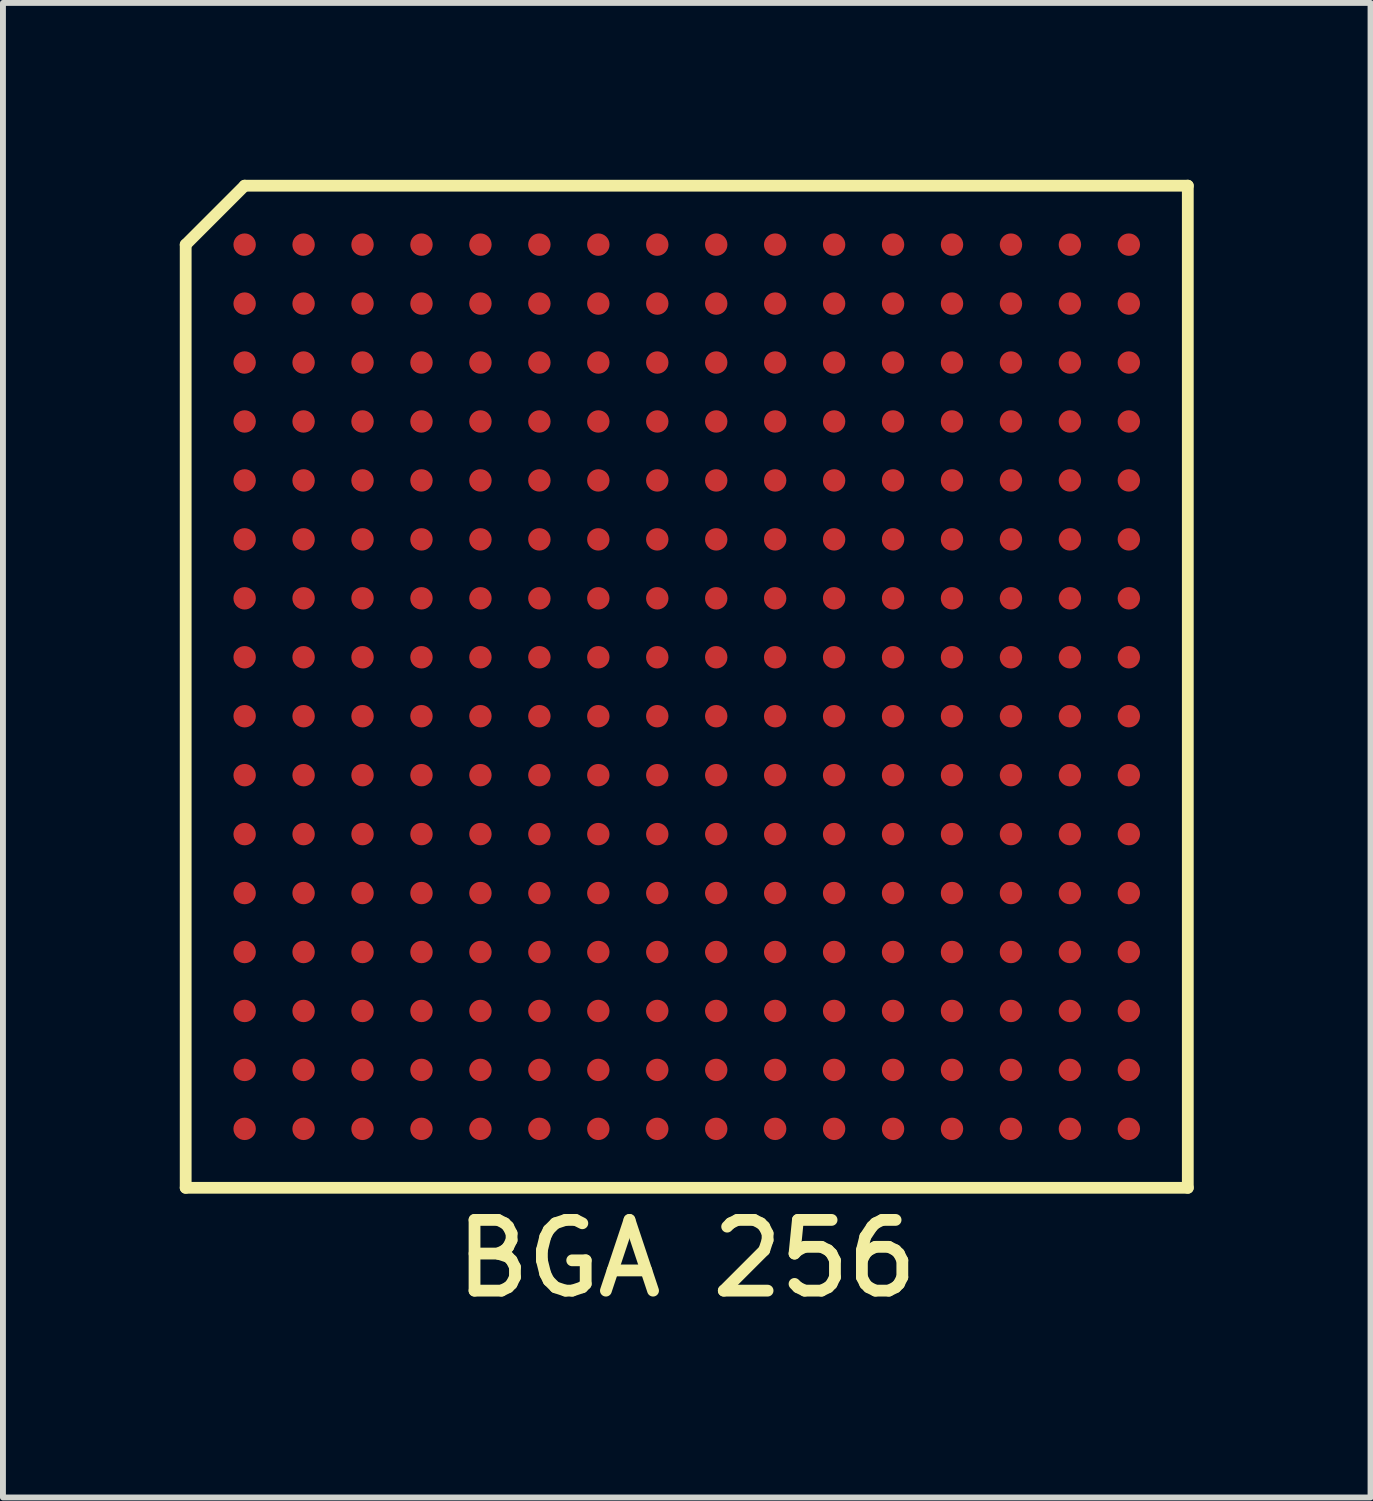
<source format=kicad_pcb>
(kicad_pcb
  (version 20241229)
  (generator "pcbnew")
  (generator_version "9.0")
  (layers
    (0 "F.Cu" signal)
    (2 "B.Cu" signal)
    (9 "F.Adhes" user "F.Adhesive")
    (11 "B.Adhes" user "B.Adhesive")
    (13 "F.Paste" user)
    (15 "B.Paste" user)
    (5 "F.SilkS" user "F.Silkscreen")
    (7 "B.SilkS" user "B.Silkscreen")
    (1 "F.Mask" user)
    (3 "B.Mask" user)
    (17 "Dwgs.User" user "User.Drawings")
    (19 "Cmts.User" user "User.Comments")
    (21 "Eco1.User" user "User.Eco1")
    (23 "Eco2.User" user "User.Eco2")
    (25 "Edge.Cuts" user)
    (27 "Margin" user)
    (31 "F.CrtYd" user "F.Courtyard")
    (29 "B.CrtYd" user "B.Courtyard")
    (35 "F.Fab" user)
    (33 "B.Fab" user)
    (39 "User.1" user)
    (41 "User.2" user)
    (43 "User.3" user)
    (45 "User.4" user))
  (footprint "BGA 256"
    (layer "F.Cu")
    (at 8.6 8.6)
    (property "Reference" "BGA 256" (at 0 9.7 0) (layer "F.SilkS") (effects (font (size 1.2 1.2) (thickness 0.2))))
    (attr through_hole)
    (fp_line (start -8.5 -7.5) (end -8.5 8.5) (stroke (width 0.2) (type solid)) (layer "F.SilkS"))
    (fp_line (start -8.5 8.5) (end 8.5 8.5) (stroke (width 0.2) (type solid)) (layer "F.SilkS"))
    (fp_line (start -7.5 -8.5) (end -8.5 -7.5) (stroke (width 0.2) (type solid)) (layer "F.SilkS"))
    (fp_line (start 8.5 -8.5) (end -7.5 -8.5) (stroke (width 0.2) (type solid)) (layer "F.SilkS"))
    (fp_line (start 8.5 8.5) (end 8.5 -8.5) (stroke (width 0.2) (type solid)) (layer "F.SilkS"))
    (pad "A1" smd circle (at -7.5 -7.5) (size 0.38 0.38) (layers "F.Cu" "F.Mask" "F.Paste"))
    (pad "A2" smd circle (at -6.5 -7.5) (size 0.38 0.38) (layers "F.Cu" "F.Mask" "F.Paste"))
    (pad "A3" smd circle (at -5.5 -7.5) (size 0.38 0.38) (layers "F.Cu" "F.Mask" "F.Paste"))
    (pad "A4" smd circle (at -4.5 -7.5) (size 0.38 0.38) (layers "F.Cu" "F.Mask" "F.Paste"))
    (pad "A5" smd circle (at -3.5 -7.5) (size 0.38 0.38) (layers "F.Cu" "F.Mask" "F.Paste"))
    (pad "A6" smd circle (at -2.5 -7.5) (size 0.38 0.38) (layers "F.Cu" "F.Mask" "F.Paste"))
    (pad "A7" smd circle (at -1.5 -7.5) (size 0.38 0.38) (layers "F.Cu" "F.Mask" "F.Paste"))
    (pad "A8" smd circle (at -0.5 -7.5) (size 0.38 0.38) (layers "F.Cu" "F.Mask" "F.Paste"))
    (pad "A9" smd circle (at 0.5 -7.5) (size 0.38 0.38) (layers "F.Cu" "F.Mask" "F.Paste"))
    (pad "A10" smd circle (at 1.5 -7.5) (size 0.38 0.38) (layers "F.Cu" "F.Mask" "F.Paste"))
    (pad "A11" smd circle (at 2.5 -7.5) (size 0.38 0.38) (layers "F.Cu" "F.Mask" "F.Paste"))
    (pad "A12" smd circle (at 3.5 -7.5) (size 0.38 0.38) (layers "F.Cu" "F.Mask" "F.Paste"))
    (pad "A13" smd circle (at 4.5 -7.5) (size 0.38 0.38) (layers "F.Cu" "F.Mask" "F.Paste"))
    (pad "A14" smd circle (at 5.5 -7.5) (size 0.38 0.38) (layers "F.Cu" "F.Mask" "F.Paste"))
    (pad "A15" smd circle (at 6.5 -7.5) (size 0.38 0.38) (layers "F.Cu" "F.Mask" "F.Paste"))
    (pad "A16" smd circle (at 7.5 -7.5) (size 0.38 0.38) (layers "F.Cu" "F.Mask" "F.Paste"))
    (pad "B1" smd circle (at -7.5 -6.5) (size 0.38 0.38) (layers "F.Cu" "F.Mask" "F.Paste"))
    (pad "B2" smd circle (at -6.5 -6.5) (size 0.38 0.38) (layers "F.Cu" "F.Mask" "F.Paste"))
    (pad "B3" smd circle (at -5.5 -6.5) (size 0.38 0.38) (layers "F.Cu" "F.Mask" "F.Paste"))
    (pad "B4" smd circle (at -4.5 -6.5) (size 0.38 0.38) (layers "F.Cu" "F.Mask" "F.Paste"))
    (pad "B5" smd circle (at -3.5 -6.5) (size 0.38 0.38) (layers "F.Cu" "F.Mask" "F.Paste"))
    (pad "B6" smd circle (at -2.5 -6.5) (size 0.38 0.38) (layers "F.Cu" "F.Mask" "F.Paste"))
    (pad "B7" smd circle (at -1.5 -6.5) (size 0.38 0.38) (layers "F.Cu" "F.Mask" "F.Paste"))
    (pad "B8" smd circle (at -0.5 -6.5) (size 0.38 0.38) (layers "F.Cu" "F.Mask" "F.Paste"))
    (pad "B9" smd circle (at 0.5 -6.5) (size 0.38 0.38) (layers "F.Cu" "F.Mask" "F.Paste"))
    (pad "B10" smd circle (at 1.5 -6.5) (size 0.38 0.38) (layers "F.Cu" "F.Mask" "F.Paste"))
    (pad "B11" smd circle (at 2.5 -6.5) (size 0.38 0.38) (layers "F.Cu" "F.Mask" "F.Paste"))
    (pad "B12" smd circle (at 3.5 -6.5) (size 0.38 0.38) (layers "F.Cu" "F.Mask" "F.Paste"))
    (pad "B13" smd circle (at 4.5 -6.5) (size 0.38 0.38) (layers "F.Cu" "F.Mask" "F.Paste"))
    (pad "B14" smd circle (at 5.5 -6.5) (size 0.38 0.38) (layers "F.Cu" "F.Mask" "F.Paste"))
    (pad "B15" smd circle (at 6.5 -6.5) (size 0.38 0.38) (layers "F.Cu" "F.Mask" "F.Paste"))
    (pad "B16" smd circle (at 7.5 -6.5) (size 0.38 0.38) (layers "F.Cu" "F.Mask" "F.Paste"))
    (pad "C1" smd circle (at -7.5 -5.5) (size 0.38 0.38) (layers "F.Cu" "F.Mask" "F.Paste"))
    (pad "C2" smd circle (at -6.5 -5.5) (size 0.38 0.38) (layers "F.Cu" "F.Mask" "F.Paste"))
    (pad "C3" smd circle (at -5.5 -5.5) (size 0.38 0.38) (layers "F.Cu" "F.Mask" "F.Paste"))
    (pad "C4" smd circle (at -4.5 -5.5) (size 0.38 0.38) (layers "F.Cu" "F.Mask" "F.Paste"))
    (pad "C5" smd circle (at -3.5 -5.5) (size 0.38 0.38) (layers "F.Cu" "F.Mask" "F.Paste"))
    (pad "C6" smd circle (at -2.5 -5.5) (size 0.38 0.38) (layers "F.Cu" "F.Mask" "F.Paste"))
    (pad "C7" smd circle (at -1.5 -5.5) (size 0.38 0.38) (layers "F.Cu" "F.Mask" "F.Paste"))
    (pad "C8" smd circle (at -0.5 -5.5) (size 0.38 0.38) (layers "F.Cu" "F.Mask" "F.Paste"))
    (pad "C9" smd circle (at 0.5 -5.5) (size 0.38 0.38) (layers "F.Cu" "F.Mask" "F.Paste"))
    (pad "C10" smd circle (at 1.5 -5.5) (size 0.38 0.38) (layers "F.Cu" "F.Mask" "F.Paste"))
    (pad "C11" smd circle (at 2.5 -5.5) (size 0.38 0.38) (layers "F.Cu" "F.Mask" "F.Paste"))
    (pad "C12" smd circle (at 3.5 -5.5) (size 0.38 0.38) (layers "F.Cu" "F.Mask" "F.Paste"))
    (pad "C13" smd circle (at 4.5 -5.5) (size 0.38 0.38) (layers "F.Cu" "F.Mask" "F.Paste"))
    (pad "C14" smd circle (at 5.5 -5.5) (size 0.38 0.38) (layers "F.Cu" "F.Mask" "F.Paste"))
    (pad "C15" smd circle (at 6.5 -5.5) (size 0.38 0.38) (layers "F.Cu" "F.Mask" "F.Paste"))
    (pad "C16" smd circle (at 7.5 -5.5) (size 0.38 0.38) (layers "F.Cu" "F.Mask" "F.Paste"))
    (pad "D1" smd circle (at -7.5 -4.5) (size 0.38 0.38) (layers "F.Cu" "F.Mask" "F.Paste"))
    (pad "D2" smd circle (at -6.5 -4.5) (size 0.38 0.38) (layers "F.Cu" "F.Mask" "F.Paste"))
    (pad "D3" smd circle (at -5.5 -4.5) (size 0.38 0.38) (layers "F.Cu" "F.Mask" "F.Paste"))
    (pad "D4" smd circle (at -4.5 -4.5) (size 0.38 0.38) (layers "F.Cu" "F.Mask" "F.Paste"))
    (pad "D5" smd circle (at -3.5 -4.5) (size 0.38 0.38) (layers "F.Cu" "F.Mask" "F.Paste"))
    (pad "D6" smd circle (at -2.5 -4.5) (size 0.38 0.38) (layers "F.Cu" "F.Mask" "F.Paste"))
    (pad "D7" smd circle (at -1.5 -4.5) (size 0.38 0.38) (layers "F.Cu" "F.Mask" "F.Paste"))
    (pad "D8" smd circle (at -0.5 -4.5) (size 0.38 0.38) (layers "F.Cu" "F.Mask" "F.Paste"))
    (pad "D9" smd circle (at 0.5 -4.5) (size 0.38 0.38) (layers "F.Cu" "F.Mask" "F.Paste"))
    (pad "D10" smd circle (at 1.5 -4.5) (size 0.38 0.38) (layers "F.Cu" "F.Mask" "F.Paste"))
    (pad "D11" smd circle (at 2.5 -4.5) (size 0.38 0.38) (layers "F.Cu" "F.Mask" "F.Paste"))
    (pad "D12" smd circle (at 3.5 -4.5) (size 0.38 0.38) (layers "F.Cu" "F.Mask" "F.Paste"))
    (pad "D13" smd circle (at 4.5 -4.5) (size 0.38 0.38) (layers "F.Cu" "F.Mask" "F.Paste"))
    (pad "D14" smd circle (at 5.5 -4.5) (size 0.38 0.38) (layers "F.Cu" "F.Mask" "F.Paste"))
    (pad "D15" smd circle (at 6.5 -4.5) (size 0.38 0.38) (layers "F.Cu" "F.Mask" "F.Paste"))
    (pad "D16" smd circle (at 7.5 -4.5) (size 0.38 0.38) (layers "F.Cu" "F.Mask" "F.Paste"))
    (pad "E1" smd circle (at -7.5 -3.5) (size 0.38 0.38) (layers "F.Cu" "F.Mask" "F.Paste"))
    (pad "E2" smd circle (at -6.5 -3.5) (size 0.38 0.38) (layers "F.Cu" "F.Mask" "F.Paste"))
    (pad "E3" smd circle (at -5.5 -3.5) (size 0.38 0.38) (layers "F.Cu" "F.Mask" "F.Paste"))
    (pad "E4" smd circle (at -4.5 -3.5) (size 0.38 0.38) (layers "F.Cu" "F.Mask" "F.Paste"))
    (pad "E5" smd circle (at -3.5 -3.5) (size 0.38 0.38) (layers "F.Cu" "F.Mask" "F.Paste"))
    (pad "E6" smd circle (at -2.5 -3.5) (size 0.38 0.38) (layers "F.Cu" "F.Mask" "F.Paste"))
    (pad "E7" smd circle (at -1.5 -3.5) (size 0.38 0.38) (layers "F.Cu" "F.Mask" "F.Paste"))
    (pad "E8" smd circle (at -0.5 -3.5) (size 0.38 0.38) (layers "F.Cu" "F.Mask" "F.Paste"))
    (pad "E9" smd circle (at 0.5 -3.5) (size 0.38 0.38) (layers "F.Cu" "F.Mask" "F.Paste"))
    (pad "E10" smd circle (at 1.5 -3.5) (size 0.38 0.38) (layers "F.Cu" "F.Mask" "F.Paste"))
    (pad "E11" smd circle (at 2.5 -3.5) (size 0.38 0.38) (layers "F.Cu" "F.Mask" "F.Paste"))
    (pad "E12" smd circle (at 3.5 -3.5) (size 0.38 0.38) (layers "F.Cu" "F.Mask" "F.Paste"))
    (pad "E13" smd circle (at 4.5 -3.5) (size 0.38 0.38) (layers "F.Cu" "F.Mask" "F.Paste"))
    (pad "E14" smd circle (at 5.5 -3.5) (size 0.38 0.38) (layers "F.Cu" "F.Mask" "F.Paste"))
    (pad "E15" smd circle (at 6.5 -3.5) (size 0.38 0.38) (layers "F.Cu" "F.Mask" "F.Paste"))
    (pad "E16" smd circle (at 7.5 -3.5) (size 0.38 0.38) (layers "F.Cu" "F.Mask" "F.Paste"))
    (pad "F1" smd circle (at -7.5 -2.5) (size 0.38 0.38) (layers "F.Cu" "F.Mask" "F.Paste"))
    (pad "F2" smd circle (at -6.5 -2.5) (size 0.38 0.38) (layers "F.Cu" "F.Mask" "F.Paste"))
    (pad "F3" smd circle (at -5.5 -2.5) (size 0.38 0.38) (layers "F.Cu" "F.Mask" "F.Paste"))
    (pad "F4" smd circle (at -4.5 -2.5) (size 0.38 0.38) (layers "F.Cu" "F.Mask" "F.Paste"))
    (pad "F5" smd circle (at -3.5 -2.5) (size 0.38 0.38) (layers "F.Cu" "F.Mask" "F.Paste"))
    (pad "F6" smd circle (at -2.5 -2.5) (size 0.38 0.38) (layers "F.Cu" "F.Mask" "F.Paste"))
    (pad "F7" smd circle (at -1.5 -2.5) (size 0.38 0.38) (layers "F.Cu" "F.Mask" "F.Paste"))
    (pad "F8" smd circle (at -0.5 -2.5) (size 0.38 0.38) (layers "F.Cu" "F.Mask" "F.Paste"))
    (pad "F9" smd circle (at 0.5 -2.5) (size 0.38 0.38) (layers "F.Cu" "F.Mask" "F.Paste"))
    (pad "F10" smd circle (at 1.5 -2.5) (size 0.38 0.38) (layers "F.Cu" "F.Mask" "F.Paste"))
    (pad "F11" smd circle (at 2.5 -2.5) (size 0.38 0.38) (layers "F.Cu" "F.Mask" "F.Paste"))
    (pad "F12" smd circle (at 3.5 -2.5) (size 0.38 0.38) (layers "F.Cu" "F.Mask" "F.Paste"))
    (pad "F13" smd circle (at 4.5 -2.5) (size 0.38 0.38) (layers "F.Cu" "F.Mask" "F.Paste"))
    (pad "F14" smd circle (at 5.5 -2.5) (size 0.38 0.38) (layers "F.Cu" "F.Mask" "F.Paste"))
    (pad "F15" smd circle (at 6.5 -2.5) (size 0.38 0.38) (layers "F.Cu" "F.Mask" "F.Paste"))
    (pad "F16" smd circle (at 7.5 -2.5) (size 0.38 0.38) (layers "F.Cu" "F.Mask" "F.Paste"))
    (pad "G1" smd circle (at -7.5 -1.5) (size 0.38 0.38) (layers "F.Cu" "F.Mask" "F.Paste"))
    (pad "G2" smd circle (at -6.5 -1.5) (size 0.38 0.38) (layers "F.Cu" "F.Mask" "F.Paste"))
    (pad "G3" smd circle (at -5.5 -1.5) (size 0.38 0.38) (layers "F.Cu" "F.Mask" "F.Paste"))
    (pad "G4" smd circle (at -4.5 -1.5) (size 0.38 0.38) (layers "F.Cu" "F.Mask" "F.Paste"))
    (pad "G5" smd circle (at -3.5 -1.5) (size 0.38 0.38) (layers "F.Cu" "F.Mask" "F.Paste"))
    (pad "G6" smd circle (at -2.5 -1.5) (size 0.38 0.38) (layers "F.Cu" "F.Mask" "F.Paste"))
    (pad "G7" smd circle (at -1.5 -1.5) (size 0.38 0.38) (layers "F.Cu" "F.Mask" "F.Paste"))
    (pad "G8" smd circle (at -0.5 -1.5) (size 0.38 0.38) (layers "F.Cu" "F.Mask" "F.Paste"))
    (pad "G9" smd circle (at 0.5 -1.5) (size 0.38 0.38) (layers "F.Cu" "F.Mask" "F.Paste"))
    (pad "G10" smd circle (at 1.5 -1.5) (size 0.38 0.38) (layers "F.Cu" "F.Mask" "F.Paste"))
    (pad "G11" smd circle (at 2.5 -1.5) (size 0.38 0.38) (layers "F.Cu" "F.Mask" "F.Paste"))
    (pad "G12" smd circle (at 3.5 -1.5) (size 0.38 0.38) (layers "F.Cu" "F.Mask" "F.Paste"))
    (pad "G13" smd circle (at 4.5 -1.5) (size 0.38 0.38) (layers "F.Cu" "F.Mask" "F.Paste"))
    (pad "G14" smd circle (at 5.5 -1.5) (size 0.38 0.38) (layers "F.Cu" "F.Mask" "F.Paste"))
    (pad "G15" smd circle (at 6.5 -1.5) (size 0.38 0.38) (layers "F.Cu" "F.Mask" "F.Paste"))
    (pad "G16" smd circle (at 7.5 -1.5) (size 0.38 0.38) (layers "F.Cu" "F.Mask" "F.Paste"))
    (pad "H1" smd circle (at -7.5 -0.5) (size 0.38 0.38) (layers "F.Cu" "F.Mask" "F.Paste"))
    (pad "H2" smd circle (at -6.5 -0.5) (size 0.38 0.38) (layers "F.Cu" "F.Mask" "F.Paste"))
    (pad "H3" smd circle (at -5.5 -0.5) (size 0.38 0.38) (layers "F.Cu" "F.Mask" "F.Paste"))
    (pad "H4" smd circle (at -4.5 -0.5) (size 0.38 0.38) (layers "F.Cu" "F.Mask" "F.Paste"))
    (pad "H5" smd circle (at -3.5 -0.5) (size 0.38 0.38) (layers "F.Cu" "F.Mask" "F.Paste"))
    (pad "H6" smd circle (at -2.5 -0.5) (size 0.38 0.38) (layers "F.Cu" "F.Mask" "F.Paste"))
    (pad "H7" smd circle (at -1.5 -0.5) (size 0.38 0.38) (layers "F.Cu" "F.Mask" "F.Paste"))
    (pad "H8" smd circle (at -0.5 -0.5) (size 0.38 0.38) (layers "F.Cu" "F.Mask" "F.Paste"))
    (pad "H9" smd circle (at 0.5 -0.5) (size 0.38 0.38) (layers "F.Cu" "F.Mask" "F.Paste"))
    (pad "H10" smd circle (at 1.5 -0.5) (size 0.38 0.38) (layers "F.Cu" "F.Mask" "F.Paste"))
    (pad "H11" smd circle (at 2.5 -0.5) (size 0.38 0.38) (layers "F.Cu" "F.Mask" "F.Paste"))
    (pad "H12" smd circle (at 3.5 -0.5) (size 0.38 0.38) (layers "F.Cu" "F.Mask" "F.Paste"))
    (pad "H13" smd circle (at 4.5 -0.5) (size 0.38 0.38) (layers "F.Cu" "F.Mask" "F.Paste"))
    (pad "H14" smd circle (at 5.5 -0.5) (size 0.38 0.38) (layers "F.Cu" "F.Mask" "F.Paste"))
    (pad "H15" smd circle (at 6.5 -0.5) (size 0.38 0.38) (layers "F.Cu" "F.Mask" "F.Paste"))
    (pad "H16" smd circle (at 7.5 -0.5) (size 0.38 0.38) (layers "F.Cu" "F.Mask" "F.Paste"))
    (pad "J1" smd circle (at -7.5 0.5) (size 0.38 0.38) (layers "F.Cu" "F.Mask" "F.Paste"))
    (pad "J2" smd circle (at -6.5 0.5) (size 0.38 0.38) (layers "F.Cu" "F.Mask" "F.Paste"))
    (pad "J3" smd circle (at -5.5 0.5) (size 0.38 0.38) (layers "F.Cu" "F.Mask" "F.Paste"))
    (pad "J4" smd circle (at -4.5 0.5) (size 0.38 0.38) (layers "F.Cu" "F.Mask" "F.Paste"))
    (pad "J5" smd circle (at -3.5 0.5) (size 0.38 0.38) (layers "F.Cu" "F.Mask" "F.Paste"))
    (pad "J6" smd circle (at -2.5 0.5) (size 0.38 0.38) (layers "F.Cu" "F.Mask" "F.Paste"))
    (pad "J7" smd circle (at -1.5 0.5) (size 0.38 0.38) (layers "F.Cu" "F.Mask" "F.Paste"))
    (pad "J8" smd circle (at -0.5 0.5) (size 0.38 0.38) (layers "F.Cu" "F.Mask" "F.Paste"))
    (pad "J9" smd circle (at 0.5 0.5) (size 0.38 0.38) (layers "F.Cu" "F.Mask" "F.Paste"))
    (pad "J10" smd circle (at 1.5 0.5) (size 0.38 0.38) (layers "F.Cu" "F.Mask" "F.Paste"))
    (pad "J11" smd circle (at 2.5 0.5) (size 0.38 0.38) (layers "F.Cu" "F.Mask" "F.Paste"))
    (pad "J12" smd circle (at 3.5 0.5) (size 0.38 0.38) (layers "F.Cu" "F.Mask" "F.Paste"))
    (pad "J13" smd circle (at 4.5 0.5) (size 0.38 0.38) (layers "F.Cu" "F.Mask" "F.Paste"))
    (pad "J14" smd circle (at 5.5 0.5) (size 0.38 0.38) (layers "F.Cu" "F.Mask" "F.Paste"))
    (pad "J15" smd circle (at 6.5 0.5) (size 0.38 0.38) (layers "F.Cu" "F.Mask" "F.Paste"))
    (pad "J16" smd circle (at 7.5 0.5) (size 0.38 0.38) (layers "F.Cu" "F.Mask" "F.Paste"))
    (pad "K1" smd circle (at -7.5 1.5) (size 0.38 0.38) (layers "F.Cu" "F.Mask" "F.Paste"))
    (pad "K2" smd circle (at -6.5 1.5) (size 0.38 0.38) (layers "F.Cu" "F.Mask" "F.Paste"))
    (pad "K3" smd circle (at -5.5 1.5) (size 0.38 0.38) (layers "F.Cu" "F.Mask" "F.Paste"))
    (pad "K4" smd circle (at -4.5 1.5) (size 0.38 0.38) (layers "F.Cu" "F.Mask" "F.Paste"))
    (pad "K5" smd circle (at -3.5 1.5) (size 0.38 0.38) (layers "F.Cu" "F.Mask" "F.Paste"))
    (pad "K6" smd circle (at -2.5 1.5) (size 0.38 0.38) (layers "F.Cu" "F.Mask" "F.Paste"))
    (pad "K7" smd circle (at -1.5 1.5) (size 0.38 0.38) (layers "F.Cu" "F.Mask" "F.Paste"))
    (pad "K8" smd circle (at -0.5 1.5) (size 0.38 0.38) (layers "F.Cu" "F.Mask" "F.Paste"))
    (pad "K9" smd circle (at 0.5 1.5) (size 0.38 0.38) (layers "F.Cu" "F.Mask" "F.Paste"))
    (pad "K10" smd circle (at 1.5 1.5) (size 0.38 0.38) (layers "F.Cu" "F.Mask" "F.Paste"))
    (pad "K11" smd circle (at 2.5 1.5) (size 0.38 0.38) (layers "F.Cu" "F.Mask" "F.Paste"))
    (pad "K12" smd circle (at 3.5 1.5) (size 0.38 0.38) (layers "F.Cu" "F.Mask" "F.Paste"))
    (pad "K13" smd circle (at 4.5 1.5) (size 0.38 0.38) (layers "F.Cu" "F.Mask" "F.Paste"))
    (pad "K14" smd circle (at 5.5 1.5) (size 0.38 0.38) (layers "F.Cu" "F.Mask" "F.Paste"))
    (pad "K15" smd circle (at 6.5 1.5) (size 0.38 0.38) (layers "F.Cu" "F.Mask" "F.Paste"))
    (pad "K16" smd circle (at 7.5 1.5) (size 0.38 0.38) (layers "F.Cu" "F.Mask" "F.Paste"))
    (pad "L1" smd circle (at -7.5 2.5) (size 0.38 0.38) (layers "F.Cu" "F.Mask" "F.Paste"))
    (pad "L2" smd circle (at -6.5 2.5) (size 0.38 0.38) (layers "F.Cu" "F.Mask" "F.Paste"))
    (pad "L3" smd circle (at -5.5 2.5) (size 0.38 0.38) (layers "F.Cu" "F.Mask" "F.Paste"))
    (pad "L4" smd circle (at -4.5 2.5) (size 0.38 0.38) (layers "F.Cu" "F.Mask" "F.Paste"))
    (pad "L5" smd circle (at -3.5 2.5) (size 0.38 0.38) (layers "F.Cu" "F.Mask" "F.Paste"))
    (pad "L6" smd circle (at -2.5 2.5) (size 0.38 0.38) (layers "F.Cu" "F.Mask" "F.Paste"))
    (pad "L7" smd circle (at -1.5 2.5) (size 0.38 0.38) (layers "F.Cu" "F.Mask" "F.Paste"))
    (pad "L8" smd circle (at -0.5 2.5) (size 0.38 0.38) (layers "F.Cu" "F.Mask" "F.Paste"))
    (pad "L9" smd circle (at 0.5 2.5) (size 0.38 0.38) (layers "F.Cu" "F.Mask" "F.Paste"))
    (pad "L10" smd circle (at 1.5 2.5) (size 0.38 0.38) (layers "F.Cu" "F.Mask" "F.Paste"))
    (pad "L11" smd circle (at 2.5 2.5) (size 0.38 0.38) (layers "F.Cu" "F.Mask" "F.Paste"))
    (pad "L12" smd circle (at 3.5 2.5) (size 0.38 0.38) (layers "F.Cu" "F.Mask" "F.Paste"))
    (pad "L13" smd circle (at 4.5 2.5) (size 0.38 0.38) (layers "F.Cu" "F.Mask" "F.Paste"))
    (pad "L14" smd circle (at 5.5 2.5) (size 0.38 0.38) (layers "F.Cu" "F.Mask" "F.Paste"))
    (pad "L15" smd circle (at 6.5 2.5) (size 0.38 0.38) (layers "F.Cu" "F.Mask" "F.Paste"))
    (pad "L16" smd circle (at 7.5 2.5) (size 0.38 0.38) (layers "F.Cu" "F.Mask" "F.Paste"))
    (pad "M1" smd circle (at -7.5 3.5) (size 0.38 0.38) (layers "F.Cu" "F.Mask" "F.Paste"))
    (pad "M2" smd circle (at -6.5 3.5) (size 0.38 0.38) (layers "F.Cu" "F.Mask" "F.Paste"))
    (pad "M3" smd circle (at -5.5 3.5) (size 0.38 0.38) (layers "F.Cu" "F.Mask" "F.Paste"))
    (pad "M4" smd circle (at -4.5 3.5) (size 0.38 0.38) (layers "F.Cu" "F.Mask" "F.Paste"))
    (pad "M5" smd circle (at -3.5 3.5) (size 0.38 0.38) (layers "F.Cu" "F.Mask" "F.Paste"))
    (pad "M6" smd circle (at -2.5 3.5) (size 0.38 0.38) (layers "F.Cu" "F.Mask" "F.Paste"))
    (pad "M7" smd circle (at -1.5 3.5) (size 0.38 0.38) (layers "F.Cu" "F.Mask" "F.Paste"))
    (pad "M8" smd circle (at -0.5 3.5) (size 0.38 0.38) (layers "F.Cu" "F.Mask" "F.Paste"))
    (pad "M9" smd circle (at 0.5 3.5) (size 0.38 0.38) (layers "F.Cu" "F.Mask" "F.Paste"))
    (pad "M10" smd circle (at 1.5 3.5) (size 0.38 0.38) (layers "F.Cu" "F.Mask" "F.Paste"))
    (pad "M11" smd circle (at 2.5 3.5) (size 0.38 0.38) (layers "F.Cu" "F.Mask" "F.Paste"))
    (pad "M12" smd circle (at 3.5 3.5) (size 0.38 0.38) (layers "F.Cu" "F.Mask" "F.Paste"))
    (pad "M13" smd circle (at 4.5 3.5) (size 0.38 0.38) (layers "F.Cu" "F.Mask" "F.Paste"))
    (pad "M14" smd circle (at 5.5 3.5) (size 0.38 0.38) (layers "F.Cu" "F.Mask" "F.Paste"))
    (pad "M15" smd circle (at 6.5 3.5) (size 0.38 0.38) (layers "F.Cu" "F.Mask" "F.Paste"))
    (pad "M16" smd circle (at 7.5 3.5) (size 0.38 0.38) (layers "F.Cu" "F.Mask" "F.Paste"))
    (pad "N1" smd circle (at -7.5 4.5) (size 0.38 0.38) (layers "F.Cu" "F.Mask" "F.Paste"))
    (pad "N2" smd circle (at -6.5 4.5) (size 0.38 0.38) (layers "F.Cu" "F.Mask" "F.Paste"))
    (pad "N3" smd circle (at -5.5 4.5) (size 0.38 0.38) (layers "F.Cu" "F.Mask" "F.Paste"))
    (pad "N4" smd circle (at -4.5 4.5) (size 0.38 0.38) (layers "F.Cu" "F.Mask" "F.Paste"))
    (pad "N5" smd circle (at -3.5 4.5) (size 0.38 0.38) (layers "F.Cu" "F.Mask" "F.Paste"))
    (pad "N6" smd circle (at -2.5 4.5) (size 0.38 0.38) (layers "F.Cu" "F.Mask" "F.Paste"))
    (pad "N7" smd circle (at -1.5 4.5) (size 0.38 0.38) (layers "F.Cu" "F.Mask" "F.Paste"))
    (pad "N8" smd circle (at -0.5 4.5) (size 0.38 0.38) (layers "F.Cu" "F.Mask" "F.Paste"))
    (pad "N9" smd circle (at 0.5 4.5) (size 0.38 0.38) (layers "F.Cu" "F.Mask" "F.Paste"))
    (pad "N10" smd circle (at 1.5 4.5) (size 0.38 0.38) (layers "F.Cu" "F.Mask" "F.Paste"))
    (pad "N11" smd circle (at 2.5 4.5) (size 0.38 0.38) (layers "F.Cu" "F.Mask" "F.Paste"))
    (pad "N12" smd circle (at 3.5 4.5) (size 0.38 0.38) (layers "F.Cu" "F.Mask" "F.Paste"))
    (pad "N13" smd circle (at 4.5 4.5) (size 0.38 0.38) (layers "F.Cu" "F.Mask" "F.Paste"))
    (pad "N14" smd circle (at 5.5 4.5) (size 0.38 0.38) (layers "F.Cu" "F.Mask" "F.Paste"))
    (pad "N15" smd circle (at 6.5 4.5) (size 0.38 0.38) (layers "F.Cu" "F.Mask" "F.Paste"))
    (pad "N16" smd circle (at 7.5 4.5) (size 0.38 0.38) (layers "F.Cu" "F.Mask" "F.Paste"))
    (pad "P1" smd circle (at -7.5 5.5) (size 0.38 0.38) (layers "F.Cu" "F.Mask" "F.Paste"))
    (pad "P2" smd circle (at -6.5 5.5) (size 0.38 0.38) (layers "F.Cu" "F.Mask" "F.Paste"))
    (pad "P3" smd circle (at -5.5 5.5) (size 0.38 0.38) (layers "F.Cu" "F.Mask" "F.Paste"))
    (pad "P4" smd circle (at -4.5 5.5) (size 0.38 0.38) (layers "F.Cu" "F.Mask" "F.Paste"))
    (pad "P5" smd circle (at -3.5 5.5) (size 0.38 0.38) (layers "F.Cu" "F.Mask" "F.Paste"))
    (pad "P6" smd circle (at -2.5 5.5) (size 0.38 0.38) (layers "F.Cu" "F.Mask" "F.Paste"))
    (pad "P7" smd circle (at -1.5 5.5) (size 0.38 0.38) (layers "F.Cu" "F.Mask" "F.Paste"))
    (pad "P8" smd circle (at -0.5 5.5) (size 0.38 0.38) (layers "F.Cu" "F.Mask" "F.Paste"))
    (pad "P9" smd circle (at 0.5 5.5) (size 0.38 0.38) (layers "F.Cu" "F.Mask" "F.Paste"))
    (pad "P10" smd circle (at 1.5 5.5) (size 0.38 0.38) (layers "F.Cu" "F.Mask" "F.Paste"))
    (pad "P11" smd circle (at 2.5 5.5) (size 0.38 0.38) (layers "F.Cu" "F.Mask" "F.Paste"))
    (pad "P12" smd circle (at 3.5 5.5) (size 0.38 0.38) (layers "F.Cu" "F.Mask" "F.Paste"))
    (pad "P13" smd circle (at 4.5 5.5) (size 0.38 0.38) (layers "F.Cu" "F.Mask" "F.Paste"))
    (pad "P14" smd circle (at 5.5 5.5) (size 0.38 0.38) (layers "F.Cu" "F.Mask" "F.Paste"))
    (pad "P15" smd circle (at 6.5 5.5) (size 0.38 0.38) (layers "F.Cu" "F.Mask" "F.Paste"))
    (pad "P16" smd circle (at 7.5 5.5) (size 0.38 0.38) (layers "F.Cu" "F.Mask" "F.Paste"))
    (pad "R1" smd circle (at -7.5 6.5) (size 0.38 0.38) (layers "F.Cu" "F.Mask" "F.Paste"))
    (pad "R2" smd circle (at -6.5 6.5) (size 0.38 0.38) (layers "F.Cu" "F.Mask" "F.Paste"))
    (pad "R3" smd circle (at -5.5 6.5) (size 0.38 0.38) (layers "F.Cu" "F.Mask" "F.Paste"))
    (pad "R4" smd circle (at -4.5 6.5) (size 0.38 0.38) (layers "F.Cu" "F.Mask" "F.Paste"))
    (pad "R5" smd circle (at -3.5 6.5) (size 0.38 0.38) (layers "F.Cu" "F.Mask" "F.Paste"))
    (pad "R6" smd circle (at -2.5 6.5) (size 0.38 0.38) (layers "F.Cu" "F.Mask" "F.Paste"))
    (pad "R7" smd circle (at -1.5 6.5) (size 0.38 0.38) (layers "F.Cu" "F.Mask" "F.Paste"))
    (pad "R8" smd circle (at -0.5 6.5) (size 0.38 0.38) (layers "F.Cu" "F.Mask" "F.Paste"))
    (pad "R9" smd circle (at 0.5 6.5) (size 0.38 0.38) (layers "F.Cu" "F.Mask" "F.Paste"))
    (pad "R10" smd circle (at 1.5 6.5) (size 0.38 0.38) (layers "F.Cu" "F.Mask" "F.Paste"))
    (pad "R11" smd circle (at 2.5 6.5) (size 0.38 0.38) (layers "F.Cu" "F.Mask" "F.Paste"))
    (pad "R12" smd circle (at 3.5 6.5) (size 0.38 0.38) (layers "F.Cu" "F.Mask" "F.Paste"))
    (pad "R13" smd circle (at 4.5 6.5) (size 0.38 0.38) (layers "F.Cu" "F.Mask" "F.Paste"))
    (pad "R14" smd circle (at 5.5 6.5) (size 0.38 0.38) (layers "F.Cu" "F.Mask" "F.Paste"))
    (pad "R15" smd circle (at 6.5 6.5) (size 0.38 0.38) (layers "F.Cu" "F.Mask" "F.Paste"))
    (pad "R16" smd circle (at 7.5 6.5) (size 0.38 0.38) (layers "F.Cu" "F.Mask" "F.Paste"))
    (pad "T1" smd circle (at -7.5 7.5) (size 0.38 0.38) (layers "F.Cu" "F.Mask" "F.Paste"))
    (pad "T2" smd circle (at -6.5 7.5) (size 0.38 0.38) (layers "F.Cu" "F.Mask" "F.Paste"))
    (pad "T3" smd circle (at -5.5 7.5) (size 0.38 0.38) (layers "F.Cu" "F.Mask" "F.Paste"))
    (pad "T4" smd circle (at -4.5 7.5) (size 0.38 0.38) (layers "F.Cu" "F.Mask" "F.Paste"))
    (pad "T5" smd circle (at -3.5 7.5) (size 0.38 0.38) (layers "F.Cu" "F.Mask" "F.Paste"))
    (pad "T6" smd circle (at -2.5 7.5) (size 0.38 0.38) (layers "F.Cu" "F.Mask" "F.Paste"))
    (pad "T7" smd circle (at -1.5 7.5) (size 0.38 0.38) (layers "F.Cu" "F.Mask" "F.Paste"))
    (pad "T8" smd circle (at -0.5 7.5) (size 0.38 0.38) (layers "F.Cu" "F.Mask" "F.Paste"))
    (pad "T9" smd circle (at 0.5 7.5) (size 0.38 0.38) (layers "F.Cu" "F.Mask" "F.Paste"))
    (pad "T10" smd circle (at 1.5 7.5) (size 0.38 0.38) (layers "F.Cu" "F.Mask" "F.Paste"))
    (pad "T11" smd circle (at 2.5 7.5) (size 0.38 0.38) (layers "F.Cu" "F.Mask" "F.Paste"))
    (pad "T12" smd circle (at 3.5 7.5) (size 0.38 0.38) (layers "F.Cu" "F.Mask" "F.Paste"))
    (pad "T13" smd circle (at 4.5 7.5) (size 0.38 0.38) (layers "F.Cu" "F.Mask" "F.Paste"))
    (pad "T14" smd circle (at 5.5 7.5) (size 0.38 0.38) (layers "F.Cu" "F.Mask" "F.Paste"))
    (pad "T15" smd circle (at 6.5 7.5) (size 0.38 0.38) (layers "F.Cu" "F.Mask" "F.Paste"))
    (pad "T16" smd circle (at 7.5 7.5) (size 0.38 0.38) (layers "F.Cu" "F.Mask" "F.Paste")))
  (gr_rect
    (start -3 -3)
    (end 20.2 22.353)
    (stroke (width 0.1) (type default))
    (fill no)
    (layer "Edge.Cuts")))
</source>
